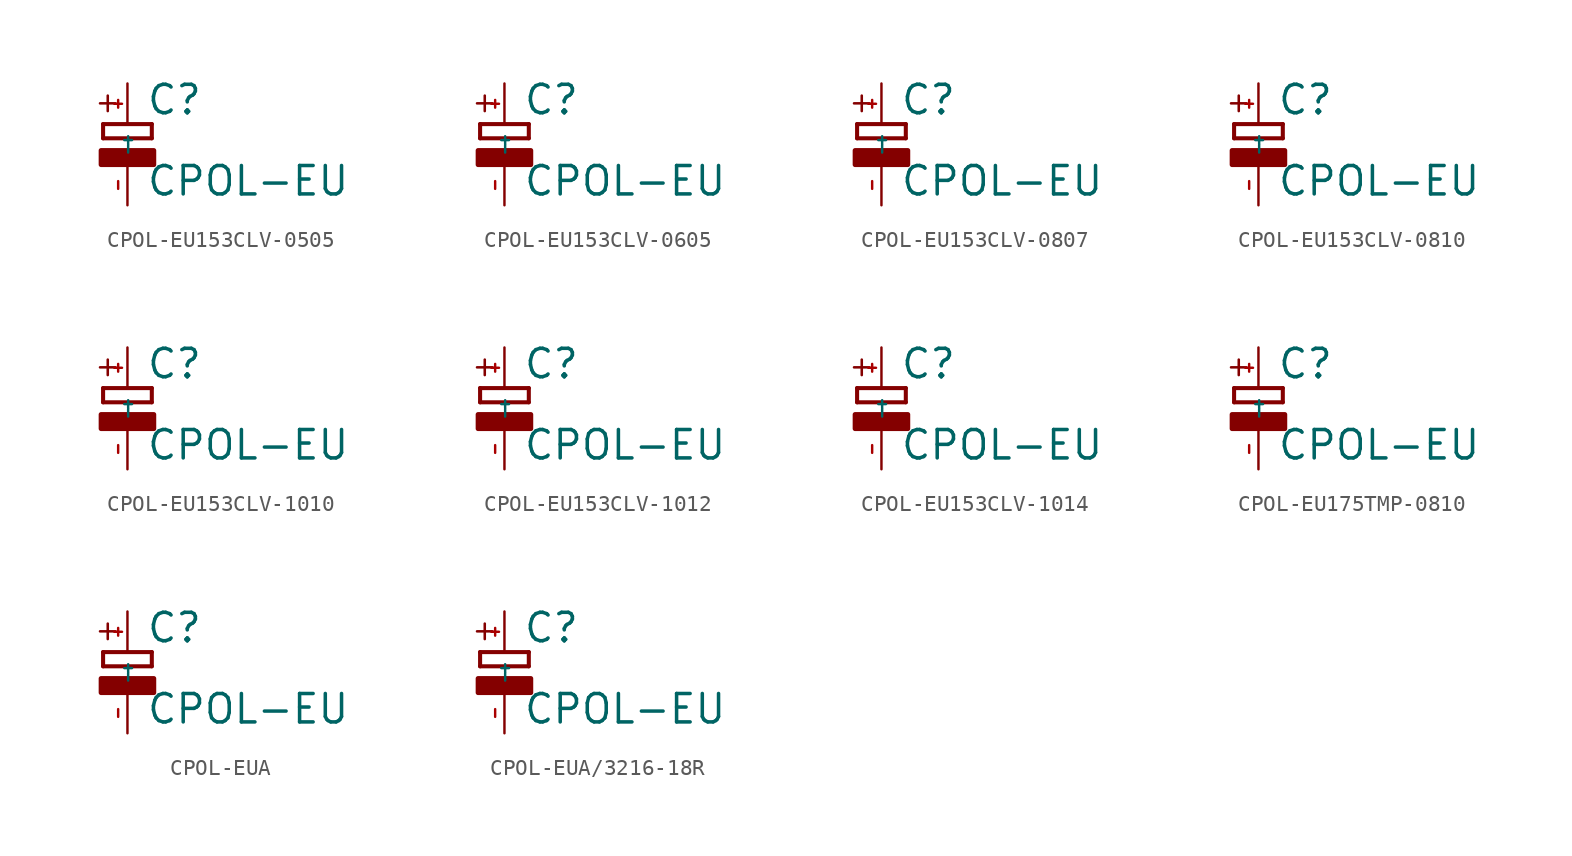
<source format=kicad_sym>
(kicad_symbol_lib
  (version 20220914)
  (generator Eagle2Kicad)
  (symbol "CPOL-EU153CLV-0505"
    (property "Reference" "C"
      (at 1.143 0.483 0)
      (effects (font (size 1.778 1.778) (thickness 0.22)) (justify left bottom)))
    (property "Value" "CPOL-EU"
      (at 1.143 -4.597 0)
      (effects (font (size 1.778 1.778) (thickness 0.22)) (justify left bottom)))
    (polyline
      (pts (xy -1.524 -0.889) (xy 1.524 -0.889))
      (stroke (width 0.254) (type default))
      (fill (type none)))
    (polyline
      (pts (xy 1.524 -0.889) (xy 1.524 0))
      (stroke (width 0.254) (type default))
      (fill (type none)))
    (polyline
      (pts (xy -1.524 0) (xy -1.524 -0.889))
      (stroke (width 0.254) (type default))
      (fill (type none)))
    (polyline
      (pts (xy -1.524 0) (xy 1.524 0))
      (stroke (width 0.254) (type default))
      (fill (type none)))
    (text "+"
      (at -0.584 0.406 900)
      (effects (font (size 1.27 1.27) (thickness 0.16)) (justify left bottom)))
    (rectangle
      (start -1.651 -2.54)
      (end 1.651 -1.651)
      (stroke (width 0.3) (type default))
      (fill (type outline)))
    (pin passive line
      (at 0 -5.08 90)
      (length 2.54)
      (name "-" (effects (font (size 0.635 0.635) (thickness 0.08)) (justify left bottom)))
      (number "-" (effects (font (size 0.635 0.635) (thickness 0.08)) (justify left bottom))))
    (pin passive line
      (at 0 2.54 270)
      (length 2.54)
      (name "+" (effects (font (size 0.635 0.635) (thickness 0.08)) (justify left bottom)))
      (number "+" (effects (font (size 0.635 0.635) (thickness 0.08)) (justify left bottom)))))
  (symbol "CPOL-EU153CLV-0605"
    (property "Reference" "C"
      (at 1.143 0.483 0)
      (effects (font (size 1.778 1.778) (thickness 0.22)) (justify left bottom)))
    (property "Value" "CPOL-EU"
      (at 1.143 -4.597 0)
      (effects (font (size 1.778 1.778) (thickness 0.22)) (justify left bottom)))
    (polyline
      (pts (xy -1.524 -0.889) (xy 1.524 -0.889))
      (stroke (width 0.254) (type default))
      (fill (type none)))
    (polyline
      (pts (xy 1.524 -0.889) (xy 1.524 0))
      (stroke (width 0.254) (type default))
      (fill (type none)))
    (polyline
      (pts (xy -1.524 0) (xy -1.524 -0.889))
      (stroke (width 0.254) (type default))
      (fill (type none)))
    (polyline
      (pts (xy -1.524 0) (xy 1.524 0))
      (stroke (width 0.254) (type default))
      (fill (type none)))
    (text "+"
      (at -0.584 0.406 900)
      (effects (font (size 1.27 1.27) (thickness 0.16)) (justify left bottom)))
    (rectangle
      (start -1.651 -2.54)
      (end 1.651 -1.651)
      (stroke (width 0.3) (type default))
      (fill (type outline)))
    (pin passive line
      (at 0 -5.08 90)
      (length 2.54)
      (name "-" (effects (font (size 0.635 0.635) (thickness 0.08)) (justify left bottom)))
      (number "-" (effects (font (size 0.635 0.635) (thickness 0.08)) (justify left bottom))))
    (pin passive line
      (at 0 2.54 270)
      (length 2.54)
      (name "+" (effects (font (size 0.635 0.635) (thickness 0.08)) (justify left bottom)))
      (number "+" (effects (font (size 0.635 0.635) (thickness 0.08)) (justify left bottom)))))
  (symbol "CPOL-EU153CLV-0807"
    (property "Reference" "C"
      (at 1.143 0.483 0)
      (effects (font (size 1.778 1.778) (thickness 0.22)) (justify left bottom)))
    (property "Value" "CPOL-EU"
      (at 1.143 -4.597 0)
      (effects (font (size 1.778 1.778) (thickness 0.22)) (justify left bottom)))
    (polyline
      (pts (xy -1.524 -0.889) (xy 1.524 -0.889))
      (stroke (width 0.254) (type default))
      (fill (type none)))
    (polyline
      (pts (xy 1.524 -0.889) (xy 1.524 0))
      (stroke (width 0.254) (type default))
      (fill (type none)))
    (polyline
      (pts (xy -1.524 0) (xy -1.524 -0.889))
      (stroke (width 0.254) (type default))
      (fill (type none)))
    (polyline
      (pts (xy -1.524 0) (xy 1.524 0))
      (stroke (width 0.254) (type default))
      (fill (type none)))
    (text "+"
      (at -0.584 0.406 900)
      (effects (font (size 1.27 1.27) (thickness 0.16)) (justify left bottom)))
    (rectangle
      (start -1.651 -2.54)
      (end 1.651 -1.651)
      (stroke (width 0.3) (type default))
      (fill (type outline)))
    (pin passive line
      (at 0 -5.08 90)
      (length 2.54)
      (name "-" (effects (font (size 0.635 0.635) (thickness 0.08)) (justify left bottom)))
      (number "-" (effects (font (size 0.635 0.635) (thickness 0.08)) (justify left bottom))))
    (pin passive line
      (at 0 2.54 270)
      (length 2.54)
      (name "+" (effects (font (size 0.635 0.635) (thickness 0.08)) (justify left bottom)))
      (number "+" (effects (font (size 0.635 0.635) (thickness 0.08)) (justify left bottom)))))
  (symbol "CPOL-EU153CLV-0810"
    (property "Reference" "C"
      (at 1.143 0.483 0)
      (effects (font (size 1.778 1.778) (thickness 0.22)) (justify left bottom)))
    (property "Value" "CPOL-EU"
      (at 1.143 -4.597 0)
      (effects (font (size 1.778 1.778) (thickness 0.22)) (justify left bottom)))
    (polyline
      (pts (xy -1.524 -0.889) (xy 1.524 -0.889))
      (stroke (width 0.254) (type default))
      (fill (type none)))
    (polyline
      (pts (xy 1.524 -0.889) (xy 1.524 0))
      (stroke (width 0.254) (type default))
      (fill (type none)))
    (polyline
      (pts (xy -1.524 0) (xy -1.524 -0.889))
      (stroke (width 0.254) (type default))
      (fill (type none)))
    (polyline
      (pts (xy -1.524 0) (xy 1.524 0))
      (stroke (width 0.254) (type default))
      (fill (type none)))
    (text "+"
      (at -0.584 0.406 900)
      (effects (font (size 1.27 1.27) (thickness 0.16)) (justify left bottom)))
    (rectangle
      (start -1.651 -2.54)
      (end 1.651 -1.651)
      (stroke (width 0.3) (type default))
      (fill (type outline)))
    (pin passive line
      (at 0 -5.08 90)
      (length 2.54)
      (name "-" (effects (font (size 0.635 0.635) (thickness 0.08)) (justify left bottom)))
      (number "-" (effects (font (size 0.635 0.635) (thickness 0.08)) (justify left bottom))))
    (pin passive line
      (at 0 2.54 270)
      (length 2.54)
      (name "+" (effects (font (size 0.635 0.635) (thickness 0.08)) (justify left bottom)))
      (number "+" (effects (font (size 0.635 0.635) (thickness 0.08)) (justify left bottom)))))
  (symbol "CPOL-EU153CLV-1010"
    (property "Reference" "C"
      (at 1.143 0.483 0)
      (effects (font (size 1.778 1.778) (thickness 0.22)) (justify left bottom)))
    (property "Value" "CPOL-EU"
      (at 1.143 -4.597 0)
      (effects (font (size 1.778 1.778) (thickness 0.22)) (justify left bottom)))
    (polyline
      (pts (xy -1.524 -0.889) (xy 1.524 -0.889))
      (stroke (width 0.254) (type default))
      (fill (type none)))
    (polyline
      (pts (xy 1.524 -0.889) (xy 1.524 0))
      (stroke (width 0.254) (type default))
      (fill (type none)))
    (polyline
      (pts (xy -1.524 0) (xy -1.524 -0.889))
      (stroke (width 0.254) (type default))
      (fill (type none)))
    (polyline
      (pts (xy -1.524 0) (xy 1.524 0))
      (stroke (width 0.254) (type default))
      (fill (type none)))
    (text "+"
      (at -0.584 0.406 900)
      (effects (font (size 1.27 1.27) (thickness 0.16)) (justify left bottom)))
    (rectangle
      (start -1.651 -2.54)
      (end 1.651 -1.651)
      (stroke (width 0.3) (type default))
      (fill (type outline)))
    (pin passive line
      (at 0 -5.08 90)
      (length 2.54)
      (name "-" (effects (font (size 0.635 0.635) (thickness 0.08)) (justify left bottom)))
      (number "-" (effects (font (size 0.635 0.635) (thickness 0.08)) (justify left bottom))))
    (pin passive line
      (at 0 2.54 270)
      (length 2.54)
      (name "+" (effects (font (size 0.635 0.635) (thickness 0.08)) (justify left bottom)))
      (number "+" (effects (font (size 0.635 0.635) (thickness 0.08)) (justify left bottom)))))
  (symbol "CPOL-EU153CLV-1012"
    (property "Reference" "C"
      (at 1.143 0.483 0)
      (effects (font (size 1.778 1.778) (thickness 0.22)) (justify left bottom)))
    (property "Value" "CPOL-EU"
      (at 1.143 -4.597 0)
      (effects (font (size 1.778 1.778) (thickness 0.22)) (justify left bottom)))
    (polyline
      (pts (xy -1.524 -0.889) (xy 1.524 -0.889))
      (stroke (width 0.254) (type default))
      (fill (type none)))
    (polyline
      (pts (xy 1.524 -0.889) (xy 1.524 0))
      (stroke (width 0.254) (type default))
      (fill (type none)))
    (polyline
      (pts (xy -1.524 0) (xy -1.524 -0.889))
      (stroke (width 0.254) (type default))
      (fill (type none)))
    (polyline
      (pts (xy -1.524 0) (xy 1.524 0))
      (stroke (width 0.254) (type default))
      (fill (type none)))
    (text "+"
      (at -0.584 0.406 900)
      (effects (font (size 1.27 1.27) (thickness 0.16)) (justify left bottom)))
    (rectangle
      (start -1.651 -2.54)
      (end 1.651 -1.651)
      (stroke (width 0.3) (type default))
      (fill (type outline)))
    (pin passive line
      (at 0 -5.08 90)
      (length 2.54)
      (name "-" (effects (font (size 0.635 0.635) (thickness 0.08)) (justify left bottom)))
      (number "-" (effects (font (size 0.635 0.635) (thickness 0.08)) (justify left bottom))))
    (pin passive line
      (at 0 2.54 270)
      (length 2.54)
      (name "+" (effects (font (size 0.635 0.635) (thickness 0.08)) (justify left bottom)))
      (number "+" (effects (font (size 0.635 0.635) (thickness 0.08)) (justify left bottom)))))
  (symbol "CPOL-EU153CLV-1014"
    (property "Reference" "C"
      (at 1.143 0.483 0)
      (effects (font (size 1.778 1.778) (thickness 0.22)) (justify left bottom)))
    (property "Value" "CPOL-EU"
      (at 1.143 -4.597 0)
      (effects (font (size 1.778 1.778) (thickness 0.22)) (justify left bottom)))
    (polyline
      (pts (xy -1.524 -0.889) (xy 1.524 -0.889))
      (stroke (width 0.254) (type default))
      (fill (type none)))
    (polyline
      (pts (xy 1.524 -0.889) (xy 1.524 0))
      (stroke (width 0.254) (type default))
      (fill (type none)))
    (polyline
      (pts (xy -1.524 0) (xy -1.524 -0.889))
      (stroke (width 0.254) (type default))
      (fill (type none)))
    (polyline
      (pts (xy -1.524 0) (xy 1.524 0))
      (stroke (width 0.254) (type default))
      (fill (type none)))
    (text "+"
      (at -0.584 0.406 900)
      (effects (font (size 1.27 1.27) (thickness 0.16)) (justify left bottom)))
    (rectangle
      (start -1.651 -2.54)
      (end 1.651 -1.651)
      (stroke (width 0.3) (type default))
      (fill (type outline)))
    (pin passive line
      (at 0 -5.08 90)
      (length 2.54)
      (name "-" (effects (font (size 0.635 0.635) (thickness 0.08)) (justify left bottom)))
      (number "-" (effects (font (size 0.635 0.635) (thickness 0.08)) (justify left bottom))))
    (pin passive line
      (at 0 2.54 270)
      (length 2.54)
      (name "+" (effects (font (size 0.635 0.635) (thickness 0.08)) (justify left bottom)))
      (number "+" (effects (font (size 0.635 0.635) (thickness 0.08)) (justify left bottom)))))
  (symbol "CPOL-EU175TMP-0810"
    (property "Reference" "C"
      (at 1.143 0.483 0)
      (effects (font (size 1.778 1.778) (thickness 0.22)) (justify left bottom)))
    (property "Value" "CPOL-EU"
      (at 1.143 -4.597 0)
      (effects (font (size 1.778 1.778) (thickness 0.22)) (justify left bottom)))
    (polyline
      (pts (xy -1.524 -0.889) (xy 1.524 -0.889))
      (stroke (width 0.254) (type default))
      (fill (type none)))
    (polyline
      (pts (xy 1.524 -0.889) (xy 1.524 0))
      (stroke (width 0.254) (type default))
      (fill (type none)))
    (polyline
      (pts (xy -1.524 0) (xy -1.524 -0.889))
      (stroke (width 0.254) (type default))
      (fill (type none)))
    (polyline
      (pts (xy -1.524 0) (xy 1.524 0))
      (stroke (width 0.254) (type default))
      (fill (type none)))
    (text "+"
      (at -0.584 0.406 900)
      (effects (font (size 1.27 1.27) (thickness 0.16)) (justify left bottom)))
    (rectangle
      (start -1.651 -2.54)
      (end 1.651 -1.651)
      (stroke (width 0.3) (type default))
      (fill (type outline)))
    (pin passive line
      (at 0 -5.08 90)
      (length 2.54)
      (name "-" (effects (font (size 0.635 0.635) (thickness 0.08)) (justify left bottom)))
      (number "-" (effects (font (size 0.635 0.635) (thickness 0.08)) (justify left bottom))))
    (pin passive line
      (at 0 2.54 270)
      (length 2.54)
      (name "+" (effects (font (size 0.635 0.635) (thickness 0.08)) (justify left bottom)))
      (number "+" (effects (font (size 0.635 0.635) (thickness 0.08)) (justify left bottom)))))
  (symbol "CPOL-EUA"
    (property "Reference" "C"
      (at 1.143 0.483 0)
      (effects (font (size 1.778 1.778) (thickness 0.22)) (justify left bottom)))
    (property "Value" "CPOL-EU"
      (at 1.143 -4.597 0)
      (effects (font (size 1.778 1.778) (thickness 0.22)) (justify left bottom)))
    (polyline
      (pts (xy -1.524 -0.889) (xy 1.524 -0.889))
      (stroke (width 0.254) (type default))
      (fill (type none)))
    (polyline
      (pts (xy 1.524 -0.889) (xy 1.524 0))
      (stroke (width 0.254) (type default))
      (fill (type none)))
    (polyline
      (pts (xy -1.524 0) (xy -1.524 -0.889))
      (stroke (width 0.254) (type default))
      (fill (type none)))
    (polyline
      (pts (xy -1.524 0) (xy 1.524 0))
      (stroke (width 0.254) (type default))
      (fill (type none)))
    (text "+"
      (at -0.584 0.406 900)
      (effects (font (size 1.27 1.27) (thickness 0.16)) (justify left bottom)))
    (rectangle
      (start -1.651 -2.54)
      (end 1.651 -1.651)
      (stroke (width 0.3) (type default))
      (fill (type outline)))
    (pin passive line
      (at 0 -5.08 90)
      (length 2.54)
      (name "-" (effects (font (size 0.635 0.635) (thickness 0.08)) (justify left bottom)))
      (number "-" (effects (font (size 0.635 0.635) (thickness 0.08)) (justify left bottom))))
    (pin passive line
      (at 0 2.54 270)
      (length 2.54)
      (name "+" (effects (font (size 0.635 0.635) (thickness 0.08)) (justify left bottom)))
      (number "+" (effects (font (size 0.635 0.635) (thickness 0.08)) (justify left bottom)))))
  (symbol "CPOL-EUA/3216-18R"
    (property "Reference" "C"
      (at 1.143 0.483 0)
      (effects (font (size 1.778 1.778) (thickness 0.22)) (justify left bottom)))
    (property "Value" "CPOL-EU"
      (at 1.143 -4.597 0)
      (effects (font (size 1.778 1.778) (thickness 0.22)) (justify left bottom)))
    (polyline
      (pts (xy -1.524 -0.889) (xy 1.524 -0.889))
      (stroke (width 0.254) (type default))
      (fill (type none)))
    (polyline
      (pts (xy 1.524 -0.889) (xy 1.524 0))
      (stroke (width 0.254) (type default))
      (fill (type none)))
    (polyline
      (pts (xy -1.524 0) (xy -1.524 -0.889))
      (stroke (width 0.254) (type default))
      (fill (type none)))
    (polyline
      (pts (xy -1.524 0) (xy 1.524 0))
      (stroke (width 0.254) (type default))
      (fill (type none)))
    (text "+"
      (at -0.584 0.406 900)
      (effects (font (size 1.27 1.27) (thickness 0.16)) (justify left bottom)))
    (rectangle
      (start -1.651 -2.54)
      (end 1.651 -1.651)
      (stroke (width 0.3) (type default))
      (fill (type outline)))
    (pin passive line
      (at 0 -5.08 90)
      (length 2.54)
      (name "-" (effects (font (size 0.635 0.635) (thickness 0.08)) (justify left bottom)))
      (number "-" (effects (font (size 0.635 0.635) (thickness 0.08)) (justify left bottom))))
    (pin passive line
      (at 0 2.54 270)
      (length 2.54)
      (name "+" (effects (font (size 0.635 0.635) (thickness 0.08)) (justify left bottom)))
      (number "+" (effects (font (size 0.635 0.635) (thickness 0.08)) (justify left bottom))))))
</source>
